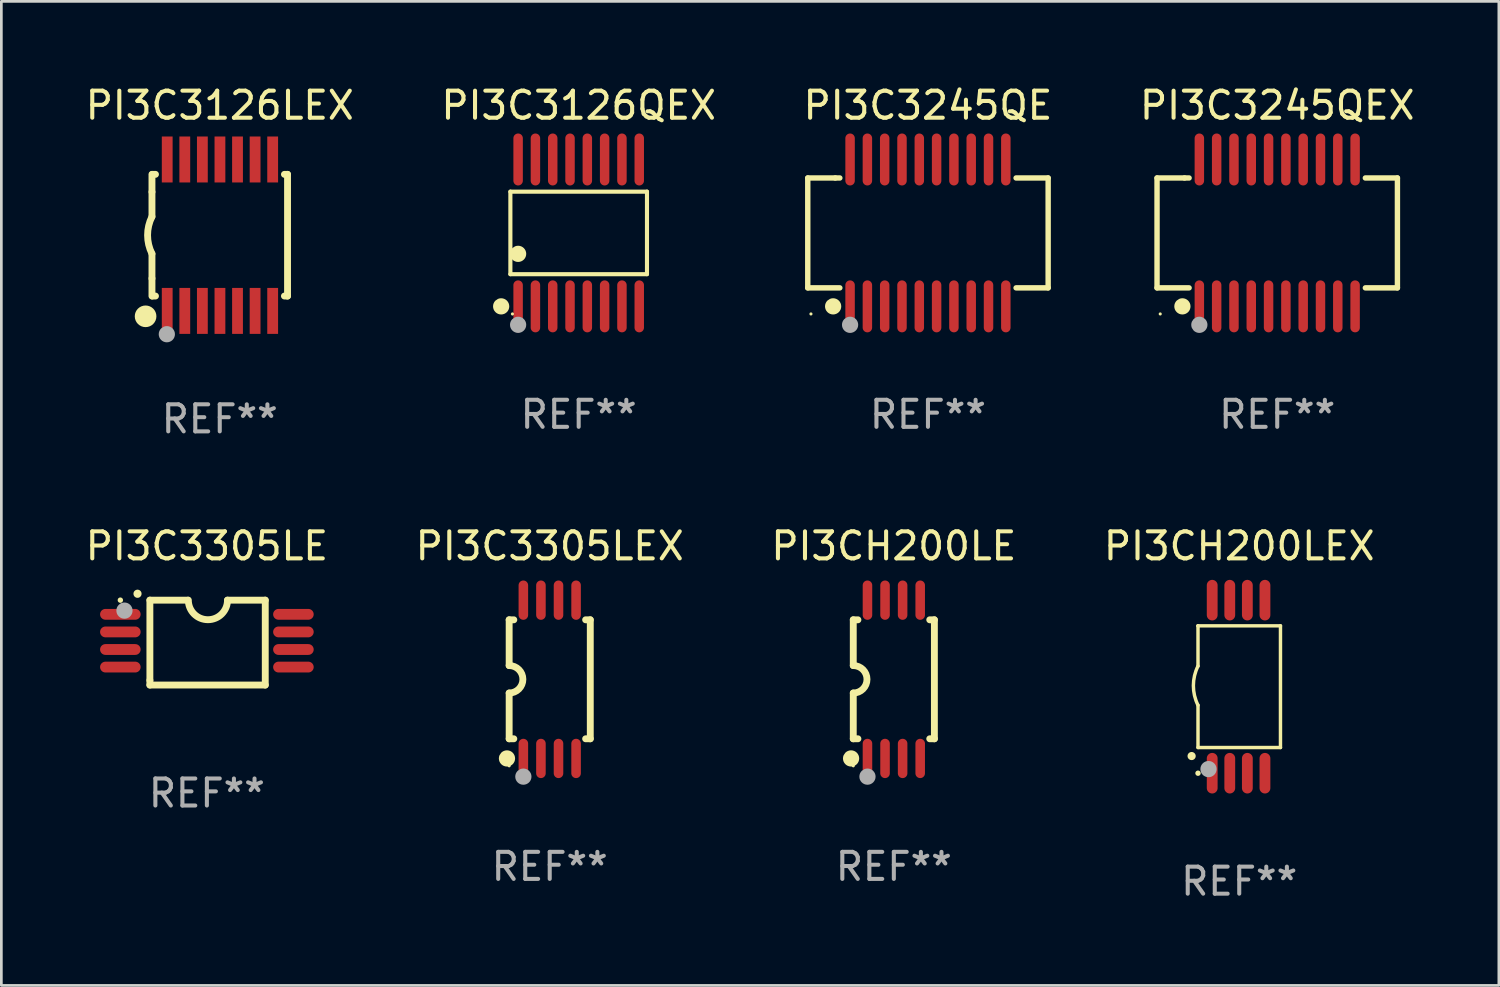
<source format=kicad_pcb>
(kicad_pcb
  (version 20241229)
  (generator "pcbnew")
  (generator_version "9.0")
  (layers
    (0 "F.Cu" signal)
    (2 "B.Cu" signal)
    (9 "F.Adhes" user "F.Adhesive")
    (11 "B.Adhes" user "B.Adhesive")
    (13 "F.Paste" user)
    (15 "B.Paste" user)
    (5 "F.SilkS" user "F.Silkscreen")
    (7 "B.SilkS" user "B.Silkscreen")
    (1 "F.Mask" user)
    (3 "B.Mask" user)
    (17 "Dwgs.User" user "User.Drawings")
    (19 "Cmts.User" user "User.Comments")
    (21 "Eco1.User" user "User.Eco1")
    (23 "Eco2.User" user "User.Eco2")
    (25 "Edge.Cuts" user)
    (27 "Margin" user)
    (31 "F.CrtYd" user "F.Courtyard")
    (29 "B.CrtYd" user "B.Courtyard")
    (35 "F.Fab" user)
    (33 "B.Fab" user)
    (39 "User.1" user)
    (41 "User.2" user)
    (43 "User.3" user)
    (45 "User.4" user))
  (footprint "PI3C3245QEX"
    (layer "F.Cu")
    (at 44.185 5.564)
    (property "Reference" "PI3C3245QEX" (at 0 -4.716 0) (layer "F.SilkS") (effects (font (size 1 1) (thickness 0.15))))
    (attr through_hole)
    (fp_line (start -4.445 -2.032) (end -4.445 2.032) (stroke (width 0.2) (type solid)) (layer "F.SilkS"))
    (fp_line (start -4.445 2.032) (end -3.259 2.032) (stroke (width 0.2) (type solid)) (layer "F.SilkS"))
    (fp_line (start -3.429 -2.032) (end -4.445 -2.032) (stroke (width 0.2) (type solid)) (layer "F.SilkS"))
    (fp_line (start -3.259 -2.032) (end -3.429 -2.032) (stroke (width 0.2) (type solid)) (layer "F.SilkS"))
    (fp_line (start 3.259 2.032) (end 4.445 2.032) (stroke (width 0.2) (type solid)) (layer "F.SilkS"))
    (fp_line (start 4.445 -2.032) (end 3.259 -2.032) (stroke (width 0.2) (type solid)) (layer "F.SilkS"))
    (fp_line (start 4.445 2.032) (end 4.445 -2.032) (stroke (width 0.2) (type solid)) (layer "F.SilkS"))
    (fp_circle (center -4.327 2.997) (end -4.297 2.997) (stroke (width 0.06) (type solid)) (fill no) (layer "F.SilkS"))
    (fp_circle (center -3.507 2.716) (end -3.357 2.716) (stroke (width 0.3) (type solid)) (fill no) (layer "F.SilkS"))
    (fp_circle (center -2.88 3.398) (end -2.73 3.398) (stroke (width 0.3) (type solid)) (fill no) (layer "F.Fab"))
    (fp_text user "REF**" (at 0 6.716 0) (layer "F.Fab") (effects (font (size 1 1) (thickness 0.15))))
    (pad "1" smd oval (at -2.88 2.716) (size 0.35 1.922) (layers "F.Cu" "F.Mask" "F.Paste"))
    (pad "2" smd oval (at -2.24 2.716) (size 0.35 1.922) (layers "F.Cu" "F.Mask" "F.Paste"))
    (pad "3" smd oval (at -1.6 2.716) (size 0.35 1.922) (layers "F.Cu" "F.Mask" "F.Paste"))
    (pad "4" smd oval (at -0.96 2.716) (size 0.35 1.922) (layers "F.Cu" "F.Mask" "F.Paste"))
    (pad "5" smd oval (at -0.32 2.716) (size 0.35 1.922) (layers "F.Cu" "F.Mask" "F.Paste"))
    (pad "6" smd oval (at 0.32 2.716) (size 0.35 1.922) (layers "F.Cu" "F.Mask" "F.Paste"))
    (pad "7" smd oval (at 0.96 2.716) (size 0.35 1.922) (layers "F.Cu" "F.Mask" "F.Paste"))
    (pad "8" smd oval (at 1.6 2.716) (size 0.35 1.922) (layers "F.Cu" "F.Mask" "F.Paste"))
    (pad "9" smd oval (at 2.24 2.716) (size 0.35 1.922) (layers "F.Cu" "F.Mask" "F.Paste"))
    (pad "10" smd oval (at 2.88 2.716) (size 0.35 1.922) (layers "F.Cu" "F.Mask" "F.Paste"))
    (pad "11" smd oval (at 2.88 -2.716) (size 0.35 1.922) (layers "F.Cu" "F.Mask" "F.Paste"))
    (pad "12" smd oval (at 2.24 -2.716) (size 0.35 1.922) (layers "F.Cu" "F.Mask" "F.Paste"))
    (pad "13" smd oval (at 1.6 -2.716) (size 0.35 1.922) (layers "F.Cu" "F.Mask" "F.Paste"))
    (pad "14" smd oval (at 0.96 -2.716) (size 0.35 1.922) (layers "F.Cu" "F.Mask" "F.Paste"))
    (pad "15" smd oval (at 0.32 -2.716) (size 0.35 1.922) (layers "F.Cu" "F.Mask" "F.Paste"))
    (pad "16" smd oval (at -0.32 -2.716) (size 0.35 1.922) (layers "F.Cu" "F.Mask" "F.Paste"))
    (pad "17" smd oval (at -0.96 -2.716) (size 0.35 1.922) (layers "F.Cu" "F.Mask" "F.Paste"))
    (pad "18" smd oval (at -1.6 -2.716) (size 0.35 1.922) (layers "F.Cu" "F.Mask" "F.Paste"))
    (pad "19" smd oval (at -2.24 -2.716) (size 0.35 1.922) (layers "F.Cu" "F.Mask" "F.Paste"))
    (pad "20" smd oval (at -2.88 -2.716) (size 0.35 1.922) (layers "F.Cu" "F.Mask" "F.Paste")))
  (footprint "PI3CH200LEX"
    (layer "F.Cu")
    (at 42.78 22.345)
    (property "Reference" "PI3CH200LEX" (at 0 -5.2 0) (layer "F.SilkS") (effects (font (size 1 1) (thickness 0.15))))
    (attr through_hole)
    (fp_line (start -1.525 -2.25) (end 1.525 -2.25) (stroke (width 0.127) (type solid)) (layer "F.SilkS"))
    (fp_line (start -1.525 -0.762) (end -1.525 -2.25) (stroke (width 0.127) (type solid)) (layer "F.SilkS"))
    (fp_line (start -1.525 -2.25) (end -1.525 -2.25) (stroke (width 0.127) (type solid)) (layer "F.SilkS"))
    (fp_line (start -1.525 2.25) (end -1.525 0.686) (stroke (width 0.127) (type solid)) (layer "F.SilkS"))
    (fp_line (start 1.525 -2.25) (end 1.525 2.25) (stroke (width 0.127) (type solid)) (layer "F.SilkS"))
    (fp_line (start 1.525 2.25) (end -1.525 2.25) (stroke (width 0.127) (type solid)) (layer "F.SilkS"))
    (fp_arc (start -1.762357 2.56538) (mid -1.761087 2.565375) (end -1.759817 2.56538) (stroke (width 0.3) (type solid)) (layer "F.SilkS"))
    (fp_arc (start -1.525146 0.685776) (mid -1.696036 -0.038125) (end -1.525146 -0.762027) (stroke (width 0.127) (type solid)) (layer "F.SilkS"))
    (fp_circle (center -1.525 3.2) (end -1.475 3.2) (stroke (width 0.1) (type solid)) (fill no) (layer "F.SilkS"))
    (fp_circle (center -1.137 3.048) (end -0.987 3.048) (stroke (width 0.3) (type solid)) (fill no) (layer "F.Fab"))
    (fp_text user "REF**" (at 0 7.2 0) (layer "F.Fab") (effects (font (size 1 1) (thickness 0.15))))
    (pad "1" smd oval (at -1 3.2 180) (size 0.4 1.5) (layers "F.Cu" "F.Mask" "F.Paste"))
    (pad "2" smd oval (at -0.35 3.2 180) (size 0.4 1.5) (layers "F.Cu" "F.Mask" "F.Paste"))
    (pad "3" smd oval (at 0.3 3.2 180) (size 0.4 1.5) (layers "F.Cu" "F.Mask" "F.Paste"))
    (pad "4" smd oval (at 0.951 3.2 180) (size 0.4 1.5) (layers "F.Cu" "F.Mask" "F.Paste"))
    (pad "5" smd oval (at 0.951 -3.2 180) (size 0.4 1.5) (layers "F.Cu" "F.Mask" "F.Paste"))
    (pad "6" smd oval (at 0.3 -3.2 180) (size 0.4 1.5) (layers "F.Cu" "F.Mask" "F.Paste"))
    (pad "7" smd oval (at -0.35 -3.2 180) (size 0.4 1.5) (layers "F.Cu" "F.Mask" "F.Paste"))
    (pad "8" smd oval (at -1 -3.2 180) (size 0.4 1.5) (layers "F.Cu" "F.Mask" "F.Paste")))
  (footprint "PI3C3305LE"
    (layer "F.Cu")
    (at 4.601 20.715)
    (property "Reference" "PI3C3305LE" (at 0 -3.57 0) (layer "F.SilkS") (effects (font (size 1 1) (thickness 0.15))))
    (attr through_hole)
    (fp_line (start -2.108 -1.57) (end -0.711 -1.57) (stroke (width 0.254) (type solid)) (layer "F.SilkS"))
    (fp_line (start -2.108 -1.57) (end -2.108 1.393) (stroke (width 0.254) (type solid)) (layer "F.SilkS"))
    (fp_line (start -2.108 1.393) (end -2.108 1.57) (stroke (width 0.254) (type solid)) (layer "F.SilkS"))
    (fp_line (start -2.108 1.57) (end 2.159 1.57) (stroke (width 0.254) (type solid)) (layer "F.SilkS"))
    (fp_line (start 0.762 -1.57) (end 2.159 -1.57) (stroke (width 0.254) (type solid)) (layer "F.SilkS"))
    (fp_line (start 2.159 1.57) (end 2.159 -1.57) (stroke (width 0.254) (type solid)) (layer "F.SilkS"))
    (fp_arc (start -2.565405 -1.805169) (mid -2.56541 -1.806439) (end -2.565405 -1.807709) (stroke (width 0.3) (type solid)) (layer "F.SilkS"))
    (fp_arc (start 0.762002 -1.570498) (mid 0.0381 -0.846596) (end -0.685802 -1.570498) (stroke (width 0.254001) (type solid)) (layer "F.SilkS"))
    (fp_circle (center -3.2 -1.57) (end -3.15 -1.57) (stroke (width 0.1) (type solid)) (fill no) (layer "F.SilkS"))
    (fp_circle (center -3.048 -1.183) (end -2.898 -1.183) (stroke (width 0.3) (type solid)) (fill no) (layer "F.Fab"))
    (fp_text user "REF**" (at 0 5.57 0) (layer "F.Fab") (effects (font (size 1 1) (thickness 0.15))))
    (pad "1" smd oval (at -3.2 -1.046 90) (size 0.4 1.5) (layers "F.Cu" "F.Mask" "F.Paste"))
    (pad "2" smd oval (at -3.2 -0.395 90) (size 0.4 1.5) (layers "F.Cu" "F.Mask" "F.Paste"))
    (pad "3" smd oval (at -3.2 0.255 90) (size 0.4 1.5) (layers "F.Cu" "F.Mask" "F.Paste"))
    (pad "4" smd oval (at -3.2 0.905 90) (size 0.4 1.5) (layers "F.Cu" "F.Mask" "F.Paste"))
    (pad "5" smd oval (at 3.2 0.905 90) (size 0.4 1.5) (layers "F.Cu" "F.Mask" "F.Paste"))
    (pad "6" smd oval (at 3.2 0.255 90) (size 0.4 1.5) (layers "F.Cu" "F.Mask" "F.Paste"))
    (pad "7" smd oval (at 3.2 -0.395 90) (size 0.4 1.5) (layers "F.Cu" "F.Mask" "F.Paste"))
    (pad "8" smd oval (at 3.2 -1.046 90) (size 0.4 1.5) (layers "F.Cu" "F.Mask" "F.Paste")))
  (footprint "PI3C3305LEX"
    (layer "F.Cu")
    (at 17.28 22.072)
    (property "Reference" "PI3C3305LEX" (at 0 -4.927 0) (layer "F.SilkS") (effects (font (size 1 1) (thickness 0.15))))
    (attr through_hole)
    (fp_line (start -1.5 -2.2) (end -1.5 -0.508) (stroke (width 0.254) (type solid)) (layer "F.SilkS"))
    (fp_line (start -1.5 -2.2) (end -1.328 -2.2) (stroke (width 0.254) (type solid)) (layer "F.SilkS"))
    (fp_line (start -1.5 2.2) (end -1.5 0.508) (stroke (width 0.254) (type solid)) (layer "F.SilkS"))
    (fp_line (start -1.5 2.2) (end -1.328 2.2) (stroke (width 0.254) (type solid)) (layer "F.SilkS"))
    (fp_line (start 1.328 -2.2) (end 1.5 -2.2) (stroke (width 0.254) (type solid)) (layer "F.SilkS"))
    (fp_line (start 1.328 2.2) (end 1.5 2.2) (stroke (width 0.254) (type solid)) (layer "F.SilkS"))
    (fp_line (start 1.5 -2.2) (end 1.5 2.2) (stroke (width 0.254) (type solid)) (layer "F.SilkS"))
    (fp_arc (start -1.501144 -0.508) (mid -0.993143 -0.000571) (end -1.5 0.508001) (stroke (width 0.254001) (type solid)) (layer "F.SilkS"))
    (fp_circle (center -1.581 2.927) (end -1.431 2.927) (stroke (width 0.3) (type solid)) (fill no) (layer "F.SilkS"))
    (fp_circle (center -1.5 3.2) (end -1.47 3.2) (stroke (width 0.06) (type solid)) (fill no) (layer "F.SilkS"))
    (fp_circle (center -0.975 3.6) (end -0.825 3.6) (stroke (width 0.3) (type solid)) (fill no) (layer "F.Fab"))
    (fp_text user "REF**" (at 0 6.927 0) (layer "F.Fab") (effects (font (size 1 1) (thickness 0.15))))
    (pad "1" smd oval (at -0.975 2.927) (size 0.353 1.454) (layers "F.Cu" "F.Mask" "F.Paste"))
    (pad "2" smd oval (at -0.325 2.927) (size 0.353 1.454) (layers "F.Cu" "F.Mask" "F.Paste"))
    (pad "3" smd oval (at 0.325 2.927) (size 0.353 1.454) (layers "F.Cu" "F.Mask" "F.Paste"))
    (pad "4" smd oval (at 0.975 2.927) (size 0.353 1.454) (layers "F.Cu" "F.Mask" "F.Paste"))
    (pad "5" smd oval (at 0.975 -2.927) (size 0.353 1.454) (layers "F.Cu" "F.Mask" "F.Paste"))
    (pad "6" smd oval (at 0.325 -2.927) (size 0.353 1.454) (layers "F.Cu" "F.Mask" "F.Paste"))
    (pad "7" smd oval (at -0.325 -2.927) (size 0.353 1.454) (layers "F.Cu" "F.Mask" "F.Paste"))
    (pad "8" smd oval (at -0.975 -2.927) (size 0.353 1.454) (layers "F.Cu" "F.Mask" "F.Paste")))
  (footprint "PI3C3245QE"
    (layer "F.Cu")
    (at 31.268 5.564)
    (property "Reference" "PI3C3245QE" (at 0 -4.716 0) (layer "F.SilkS") (effects (font (size 1 1) (thickness 0.15))))
    (attr through_hole)
    (fp_line (start -4.445 -2.032) (end -4.445 2.032) (stroke (width 0.2) (type solid)) (layer "F.SilkS"))
    (fp_line (start -4.445 2.032) (end -3.259 2.032) (stroke (width 0.2) (type solid)) (layer "F.SilkS"))
    (fp_line (start -3.429 -2.032) (end -4.445 -2.032) (stroke (width 0.2) (type solid)) (layer "F.SilkS"))
    (fp_line (start -3.259 -2.032) (end -3.429 -2.032) (stroke (width 0.2) (type solid)) (layer "F.SilkS"))
    (fp_line (start 3.259 2.032) (end 4.445 2.032) (stroke (width 0.2) (type solid)) (layer "F.SilkS"))
    (fp_line (start 4.445 -2.032) (end 3.259 -2.032) (stroke (width 0.2) (type solid)) (layer "F.SilkS"))
    (fp_line (start 4.445 2.032) (end 4.445 -2.032) (stroke (width 0.2) (type solid)) (layer "F.SilkS"))
    (fp_circle (center -4.327 2.997) (end -4.297 2.997) (stroke (width 0.06) (type solid)) (fill no) (layer "F.SilkS"))
    (fp_circle (center -3.507 2.716) (end -3.357 2.716) (stroke (width 0.3) (type solid)) (fill no) (layer "F.SilkS"))
    (fp_circle (center -2.88 3.398) (end -2.73 3.398) (stroke (width 0.3) (type solid)) (fill no) (layer "F.Fab"))
    (fp_text user "REF**" (at 0 6.716 0) (layer "F.Fab") (effects (font (size 1 1) (thickness 0.15))))
    (pad "1" smd oval (at -2.88 2.716) (size 0.35 1.922) (layers "F.Cu" "F.Mask" "F.Paste"))
    (pad "2" smd oval (at -2.24 2.716) (size 0.35 1.922) (layers "F.Cu" "F.Mask" "F.Paste"))
    (pad "3" smd oval (at -1.6 2.716) (size 0.35 1.922) (layers "F.Cu" "F.Mask" "F.Paste"))
    (pad "4" smd oval (at -0.96 2.716) (size 0.35 1.922) (layers "F.Cu" "F.Mask" "F.Paste"))
    (pad "5" smd oval (at -0.32 2.716) (size 0.35 1.922) (layers "F.Cu" "F.Mask" "F.Paste"))
    (pad "6" smd oval (at 0.32 2.716) (size 0.35 1.922) (layers "F.Cu" "F.Mask" "F.Paste"))
    (pad "7" smd oval (at 0.96 2.716) (size 0.35 1.922) (layers "F.Cu" "F.Mask" "F.Paste"))
    (pad "8" smd oval (at 1.6 2.716) (size 0.35 1.922) (layers "F.Cu" "F.Mask" "F.Paste"))
    (pad "9" smd oval (at 2.24 2.716) (size 0.35 1.922) (layers "F.Cu" "F.Mask" "F.Paste"))
    (pad "10" smd oval (at 2.88 2.716) (size 0.35 1.922) (layers "F.Cu" "F.Mask" "F.Paste"))
    (pad "11" smd oval (at 2.88 -2.716) (size 0.35 1.922) (layers "F.Cu" "F.Mask" "F.Paste"))
    (pad "12" smd oval (at 2.24 -2.716) (size 0.35 1.922) (layers "F.Cu" "F.Mask" "F.Paste"))
    (pad "13" smd oval (at 1.6 -2.716) (size 0.35 1.922) (layers "F.Cu" "F.Mask" "F.Paste"))
    (pad "14" smd oval (at 0.96 -2.716) (size 0.35 1.922) (layers "F.Cu" "F.Mask" "F.Paste"))
    (pad "15" smd oval (at 0.32 -2.716) (size 0.35 1.922) (layers "F.Cu" "F.Mask" "F.Paste"))
    (pad "16" smd oval (at -0.32 -2.716) (size 0.35 1.922) (layers "F.Cu" "F.Mask" "F.Paste"))
    (pad "17" smd oval (at -0.96 -2.716) (size 0.35 1.922) (layers "F.Cu" "F.Mask" "F.Paste"))
    (pad "18" smd oval (at -1.6 -2.716) (size 0.35 1.922) (layers "F.Cu" "F.Mask" "F.Paste"))
    (pad "19" smd oval (at -2.24 -2.716) (size 0.35 1.922) (layers "F.Cu" "F.Mask" "F.Paste"))
    (pad "20" smd oval (at -2.88 -2.716) (size 0.35 1.922) (layers "F.Cu" "F.Mask" "F.Paste")))
  (footprint "PI3CH200LE"
    (layer "F.Cu")
    (at 30.006 22.072)
    (property "Reference" "PI3CH200LE" (at 0 -4.927 0) (layer "F.SilkS") (effects (font (size 1 1) (thickness 0.15))))
    (attr through_hole)
    (fp_line (start -1.5 -2.2) (end -1.5 -0.508) (stroke (width 0.254) (type solid)) (layer "F.SilkS"))
    (fp_line (start -1.5 -2.2) (end -1.328 -2.2) (stroke (width 0.254) (type solid)) (layer "F.SilkS"))
    (fp_line (start -1.5 2.2) (end -1.5 0.508) (stroke (width 0.254) (type solid)) (layer "F.SilkS"))
    (fp_line (start -1.5 2.2) (end -1.328 2.2) (stroke (width 0.254) (type solid)) (layer "F.SilkS"))
    (fp_line (start 1.328 -2.2) (end 1.5 -2.2) (stroke (width 0.254) (type solid)) (layer "F.SilkS"))
    (fp_line (start 1.328 2.2) (end 1.5 2.2) (stroke (width 0.254) (type solid)) (layer "F.SilkS"))
    (fp_line (start 1.5 -2.2) (end 1.5 2.2) (stroke (width 0.254) (type solid)) (layer "F.SilkS"))
    (fp_arc (start -1.501144 -0.508) (mid -0.993143 -0.000571) (end -1.5 0.508001) (stroke (width 0.254001) (type solid)) (layer "F.SilkS"))
    (fp_circle (center -1.581 2.927) (end -1.431 2.927) (stroke (width 0.3) (type solid)) (fill no) (layer "F.SilkS"))
    (fp_circle (center -1.5 3.2) (end -1.47 3.2) (stroke (width 0.06) (type solid)) (fill no) (layer "F.SilkS"))
    (fp_circle (center -0.975 3.6) (end -0.825 3.6) (stroke (width 0.3) (type solid)) (fill no) (layer "F.Fab"))
    (fp_text user "REF**" (at 0 6.927 0) (layer "F.Fab") (effects (font (size 1 1) (thickness 0.15))))
    (pad "1" smd oval (at -0.975 2.927) (size 0.353 1.454) (layers "F.Cu" "F.Mask" "F.Paste"))
    (pad "2" smd oval (at -0.325 2.927) (size 0.353 1.454) (layers "F.Cu" "F.Mask" "F.Paste"))
    (pad "3" smd oval (at 0.325 2.927) (size 0.353 1.454) (layers "F.Cu" "F.Mask" "F.Paste"))
    (pad "4" smd oval (at 0.975 2.927) (size 0.353 1.454) (layers "F.Cu" "F.Mask" "F.Paste"))
    (pad "5" smd oval (at 0.975 -2.927) (size 0.353 1.454) (layers "F.Cu" "F.Mask" "F.Paste"))
    (pad "6" smd oval (at 0.325 -2.927) (size 0.353 1.454) (layers "F.Cu" "F.Mask" "F.Paste"))
    (pad "7" smd oval (at -0.325 -2.927) (size 0.353 1.454) (layers "F.Cu" "F.Mask" "F.Paste"))
    (pad "8" smd oval (at -0.975 -2.927) (size 0.353 1.454) (layers "F.Cu" "F.Mask" "F.Paste")))
  (footprint "PI3C3126QEX"
    (layer "F.Cu")
    (at 18.351 5.564)
    (property "Reference" "PI3C3126QEX" (at 0 -4.716 0) (layer "F.SilkS") (effects (font (size 1 1) (thickness 0.15))))
    (attr through_hole)
    (fp_line (start -2.526 -1.526) (end 2.526 -1.526) (stroke (width 0.152) (type solid)) (layer "F.SilkS"))
    (fp_line (start -2.526 1.526) (end -2.526 -1.526) (stroke (width 0.152) (type solid)) (layer "F.SilkS"))
    (fp_line (start 2.526 -1.526) (end 2.526 1.526) (stroke (width 0.152) (type solid)) (layer "F.SilkS"))
    (fp_line (start 2.526 1.526) (end -2.526 1.526) (stroke (width 0.152) (type solid)) (layer "F.SilkS"))
    (fp_circle (center -2.867 2.716) (end -2.717 2.716) (stroke (width 0.3) (type solid)) (fill no) (layer "F.SilkS"))
    (fp_circle (center -2.45 2.997) (end -2.42 2.997) (stroke (width 0.06) (type solid)) (fill no) (layer "F.SilkS"))
    (fp_circle (center -2.24 0.774) (end -2.09 0.774) (stroke (width 0.3) (type solid)) (fill no) (layer "F.SilkS"))
    (fp_circle (center -2.24 3.398) (end -2.09 3.398) (stroke (width 0.3) (type solid)) (fill no) (layer "F.Fab"))
    (fp_text user "REF**" (at 0 6.716 0) (layer "F.Fab") (effects (font (size 1 1) (thickness 0.15))))
    (pad "1" smd oval (at -2.24 2.716) (size 0.35 1.922) (layers "F.Cu" "F.Mask" "F.Paste"))
    (pad "2" smd oval (at -1.6 2.716) (size 0.35 1.922) (layers "F.Cu" "F.Mask" "F.Paste"))
    (pad "3" smd oval (at -0.96 2.716) (size 0.35 1.922) (layers "F.Cu" "F.Mask" "F.Paste"))
    (pad "4" smd oval (at -0.32 2.716) (size 0.35 1.922) (layers "F.Cu" "F.Mask" "F.Paste"))
    (pad "5" smd oval (at 0.32 2.716) (size 0.35 1.922) (layers "F.Cu" "F.Mask" "F.Paste"))
    (pad "6" smd oval (at 0.96 2.716) (size 0.35 1.922) (layers "F.Cu" "F.Mask" "F.Paste"))
    (pad "7" smd oval (at 1.6 2.716) (size 0.35 1.922) (layers "F.Cu" "F.Mask" "F.Paste"))
    (pad "8" smd oval (at 2.24 2.716) (size 0.35 1.922) (layers "F.Cu" "F.Mask" "F.Paste"))
    (pad "9" smd oval (at 2.24 -2.716) (size 0.35 1.922) (layers "F.Cu" "F.Mask" "F.Paste"))
    (pad "10" smd oval (at 1.6 -2.716) (size 0.35 1.922) (layers "F.Cu" "F.Mask" "F.Paste"))
    (pad "11" smd oval (at 0.96 -2.716) (size 0.35 1.922) (layers "F.Cu" "F.Mask" "F.Paste"))
    (pad "12" smd oval (at 0.32 -2.716) (size 0.35 1.922) (layers "F.Cu" "F.Mask" "F.Paste"))
    (pad "13" smd oval (at -0.32 -2.716) (size 0.35 1.922) (layers "F.Cu" "F.Mask" "F.Paste"))
    (pad "14" smd oval (at -0.96 -2.716) (size 0.35 1.922) (layers "F.Cu" "F.Mask" "F.Paste"))
    (pad "15" smd oval (at -1.6 -2.716) (size 0.35 1.922) (layers "F.Cu" "F.Mask" "F.Paste"))
    (pad "16" smd oval (at -2.24 -2.716) (size 0.35 1.922) (layers "F.Cu" "F.Mask" "F.Paste")))
  (footprint "PI3C3126LEX"
    (layer "F.Cu")
    (at 5.077 5.648)
    (property "Reference" "PI3C3126LEX" (at 0 -4.8 0) (layer "F.SilkS") (effects (font (size 1 1) (thickness 0.15))))
    (attr through_hole)
    (fp_line (start -2.507 -1.6) (end -2.507 -2.25) (stroke (width 0.254) (type solid)) (layer "F.SilkS"))
    (fp_line (start -2.507 -0.686) (end -2.507 -1.6) (stroke (width 0.254) (type solid)) (layer "F.SilkS"))
    (fp_line (start -2.507 1.6) (end -2.507 0.686) (stroke (width 0.254) (type solid)) (layer "F.SilkS"))
    (fp_line (start -2.507 1.6) (end -2.507 2.25) (stroke (width 0.254) (type solid)) (layer "F.SilkS"))
    (fp_line (start -2.493 -2.25) (end -2.377 -2.25) (stroke (width 0.254) (type solid)) (layer "F.SilkS"))
    (fp_line (start -2.377 2.25) (end -2.493 2.25) (stroke (width 0.254) (type solid)) (layer "F.SilkS"))
    (fp_line (start 2.392 -2.25) (end 2.507 -2.25) (stroke (width 0.254) (type solid)) (layer "F.SilkS"))
    (fp_line (start 2.507 -2.25) (end 2.507 2.25) (stroke (width 0.254) (type solid)) (layer "F.SilkS"))
    (fp_line (start 2.507 2.25) (end 2.392 2.25) (stroke (width 0.254) (type solid)) (layer "F.SilkS"))
    (fp_arc (start -2.507303 0.685802) (mid -2.669199 0) (end -2.507303 -0.685801) (stroke (width 0.254001) (type solid)) (layer "F.SilkS"))
    (fp_circle (center -2.743 3) (end -2.543 3) (stroke (width 0.4) (type solid)) (fill no) (layer "F.SilkS"))
    (fp_circle (center -2.493 3.2) (end -2.463 3.2) (stroke (width 0.06) (type solid)) (fill no) (layer "F.SilkS"))
    (fp_circle (center -1.957 3.662) (end -1.807 3.662) (stroke (width 0.3) (type solid)) (fill no) (layer "F.Fab"))
    (fp_text user "REF**" (at 0 6.8 0) (layer "F.Fab") (effects (font (size 1 1) (thickness 0.15))))
    (pad "1" smd rect (at -1.943 2.8) (size 0.4 1.7) (layers "F.Cu" "F.Mask" "F.Paste"))
    (pad "2" smd rect (at -1.293 2.8) (size 0.4 1.7) (layers "F.Cu" "F.Mask" "F.Paste"))
    (pad "3" smd rect (at -0.643 2.8) (size 0.4 1.7) (layers "F.Cu" "F.Mask" "F.Paste"))
    (pad "4" smd rect (at 0.007 2.8) (size 0.4 1.7) (layers "F.Cu" "F.Mask" "F.Paste"))
    (pad "5" smd rect (at 0.657 2.8) (size 0.4 1.7) (layers "F.Cu" "F.Mask" "F.Paste"))
    (pad "6" smd rect (at 1.307 2.8) (size 0.4 1.7) (layers "F.Cu" "F.Mask" "F.Paste"))
    (pad "7" smd rect (at 1.957 2.8) (size 0.4 1.7) (layers "F.Cu" "F.Mask" "F.Paste"))
    (pad "8" smd rect (at 1.957 -2.8) (size 0.4 1.7) (layers "F.Cu" "F.Mask" "F.Paste"))
    (pad "9" smd rect (at 1.307 -2.8) (size 0.4 1.7) (layers "F.Cu" "F.Mask" "F.Paste"))
    (pad "10" smd rect (at 0.657 -2.8) (size 0.4 1.7) (layers "F.Cu" "F.Mask" "F.Paste"))
    (pad "11" smd rect (at 0.007 -2.8) (size 0.4 1.7) (layers "F.Cu" "F.Mask" "F.Paste"))
    (pad "12" smd rect (at -0.643 -2.8) (size 0.4 1.7) (layers "F.Cu" "F.Mask" "F.Paste"))
    (pad "13" smd rect (at -1.293 -2.8) (size 0.4 1.7) (layers "F.Cu" "F.Mask" "F.Paste"))
    (pad "14" smd rect (at -1.943 -2.8) (size 0.4 1.7) (layers "F.Cu" "F.Mask" "F.Paste")))
  (gr_rect
    (start -3 -3)
    (end 52.381 33.394)
    (stroke (width 0.1) (type default))
    (fill no)
    (layer "Edge.Cuts")))
</source>
